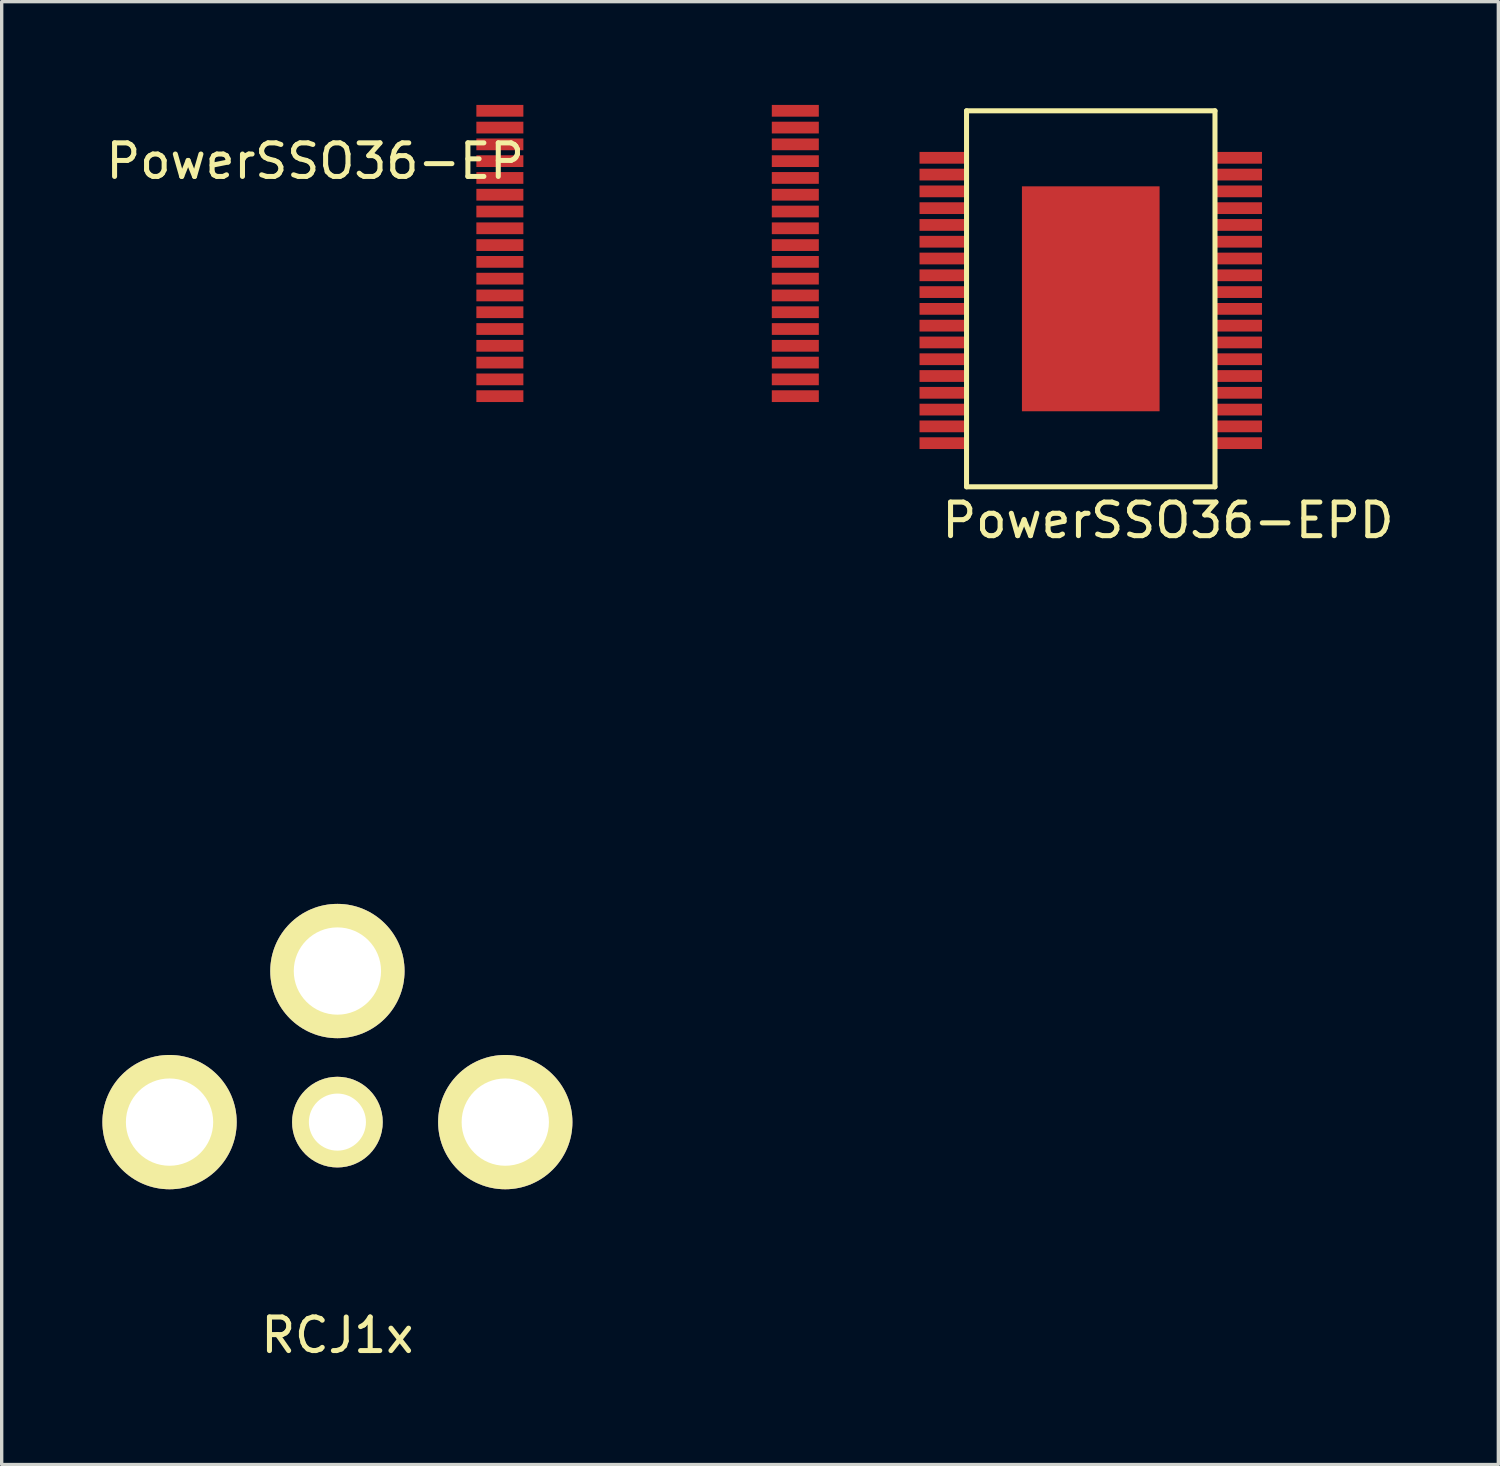
<source format=kicad_pcb>
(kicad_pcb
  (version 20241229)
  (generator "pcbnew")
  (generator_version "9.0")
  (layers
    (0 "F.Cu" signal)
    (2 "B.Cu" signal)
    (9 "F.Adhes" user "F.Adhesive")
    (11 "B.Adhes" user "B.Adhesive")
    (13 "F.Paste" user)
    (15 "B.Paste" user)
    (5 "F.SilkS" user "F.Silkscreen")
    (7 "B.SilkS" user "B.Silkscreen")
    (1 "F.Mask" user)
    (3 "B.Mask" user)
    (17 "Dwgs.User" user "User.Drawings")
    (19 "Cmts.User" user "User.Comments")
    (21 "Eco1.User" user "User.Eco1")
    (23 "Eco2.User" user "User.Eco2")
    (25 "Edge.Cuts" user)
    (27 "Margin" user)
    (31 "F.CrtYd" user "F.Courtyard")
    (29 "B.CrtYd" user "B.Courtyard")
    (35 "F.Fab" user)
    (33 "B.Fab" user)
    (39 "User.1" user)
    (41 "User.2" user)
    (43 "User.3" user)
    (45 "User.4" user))
  (footprint "PowerSSO36-EP"
    (layer "F.Cu")
    (at 11.839 0.25)
    (property "Reference" "PowerSSO36-EP" (at -5.5 1.5 0) (layer "F.SilkS") (effects (font (size 1 1) (thickness 0.15))))
    (attr through_hole)
    (pad "1" smd rect (at 0 0) (size 1.4 0.35) (layers "F.Cu" "F.Mask" "F.Paste"))
    (pad "2" smd rect (at 0 0.5) (size 1.4 0.35) (layers "F.Cu" "F.Mask" "F.Paste"))
    (pad "3" smd rect (at 0 1) (size 1.4 0.35) (layers "F.Cu" "F.Mask" "F.Paste"))
    (pad "4" smd rect (at 0 1.5) (size 1.4 0.35) (layers "F.Cu" "F.Mask" "F.Paste"))
    (pad "5" smd rect (at 0 2) (size 1.4 0.35) (layers "F.Cu" "F.Mask" "F.Paste"))
    (pad "6" smd rect (at 0 2.5) (size 1.4 0.35) (layers "F.Cu" "F.Mask" "F.Paste"))
    (pad "7" smd rect (at 0 3) (size 1.4 0.35) (layers "F.Cu" "F.Mask" "F.Paste"))
    (pad "8" smd rect (at 0 3.5) (size 1.4 0.35) (layers "F.Cu" "F.Mask" "F.Paste"))
    (pad "9" smd rect (at 0 4) (size 1.4 0.35) (layers "F.Cu" "F.Mask" "F.Paste"))
    (pad "10" smd rect (at 0 4.5) (size 1.4 0.35) (layers "F.Cu" "F.Mask" "F.Paste"))
    (pad "11" smd rect (at 0 5) (size 1.4 0.35) (layers "F.Cu" "F.Mask" "F.Paste"))
    (pad "12" smd rect (at 0 5.5) (size 1.4 0.35) (layers "F.Cu" "F.Mask" "F.Paste"))
    (pad "13" smd rect (at 0 6) (size 1.4 0.35) (layers "F.Cu" "F.Mask" "F.Paste"))
    (pad "14" smd rect (at 0 6.5) (size 1.4 0.35) (layers "F.Cu" "F.Mask" "F.Paste"))
    (pad "15" smd rect (at 0 7) (size 1.4 0.35) (layers "F.Cu" "F.Mask" "F.Paste"))
    (pad "16" smd rect (at 0 7.5) (size 1.4 0.35) (layers "F.Cu" "F.Mask" "F.Paste"))
    (pad "17" smd rect (at 0 8) (size 1.4 0.35) (layers "F.Cu" "F.Mask" "F.Paste"))
    (pad "18" smd rect (at 0 8.5) (size 1.4 0.35) (layers "F.Cu" "F.Mask" "F.Paste"))
    (pad "19" smd rect (at 8.8 8.5) (size 1.4 0.35) (layers "F.Cu" "F.Mask" "F.Paste"))
    (pad "20" smd rect (at 8.8 8) (size 1.4 0.35) (layers "F.Cu" "F.Mask" "F.Paste"))
    (pad "21" smd rect (at 8.8 7.5) (size 1.4 0.35) (layers "F.Cu" "F.Mask" "F.Paste"))
    (pad "22" smd rect (at 8.8 7) (size 1.4 0.35) (layers "F.Cu" "F.Mask" "F.Paste"))
    (pad "23" smd rect (at 8.8 6.5) (size 1.4 0.35) (layers "F.Cu" "F.Mask" "F.Paste"))
    (pad "24" smd rect (at 8.8 6) (size 1.4 0.35) (layers "F.Cu" "F.Mask" "F.Paste"))
    (pad "25" smd rect (at 8.8 5.5) (size 1.4 0.35) (layers "F.Cu" "F.Mask" "F.Paste"))
    (pad "26" smd rect (at 8.8 5) (size 1.4 0.35) (layers "F.Cu" "F.Mask" "F.Paste"))
    (pad "27" smd rect (at 8.8 4.5) (size 1.4 0.35) (layers "F.Cu" "F.Mask" "F.Paste"))
    (pad "28" smd rect (at 8.8 4) (size 1.4 0.35) (layers "F.Cu" "F.Mask" "F.Paste"))
    (pad "29" smd rect (at 8.8 3.5) (size 1.4 0.35) (layers "F.Cu" "F.Mask" "F.Paste"))
    (pad "30" smd rect (at 8.8 3) (size 1.4 0.35) (layers "F.Cu" "F.Mask" "F.Paste"))
    (pad "31" smd rect (at 8.8 2.5) (size 1.4 0.35) (layers "F.Cu" "F.Mask" "F.Paste"))
    (pad "32" smd rect (at 8.8 2) (size 1.4 0.35) (layers "F.Cu" "F.Mask" "F.Paste"))
    (pad "33" smd rect (at 8.8 1.5) (size 1.4 0.35) (layers "F.Cu" "F.Mask" "F.Paste"))
    (pad "34" smd rect (at 8.8 1) (size 1.4 0.35) (layers "F.Cu" "F.Mask" "F.Paste"))
    (pad "35" smd rect (at 8.8 0.5) (size 1.4 0.35) (layers "F.Cu" "F.Mask" "F.Paste"))
    (pad "36" smd rect (at 8.8 0) (size 1.4 0.35) (layers "F.Cu" "F.Mask" "F.Paste")))
  (footprint "RCJ1x"
    (layer "F.Cu")
    (at 7 30.373)
    (property "Reference" "RCJ1x" (at 0 6.35 0) (layer "F.SilkS") (effects (font (size 1 1) (thickness 0.15))))
    (attr through_hole)
    (fp_line (start -5 -7) (end -5 -4) (stroke (width 0.15) (type solid)) (layer "Eco1.User"))
    (fp_line (start -3 -14) (end -3 -7) (stroke (width 0.15) (type solid)) (layer "Eco1.User"))
    (fp_line (start -3 -7) (end -5 -7) (stroke (width 0.15) (type solid)) (layer "Eco1.User"))
    (fp_line (start 3 -14) (end -3 -14) (stroke (width 0.15) (type solid)) (layer "Eco1.User"))
    (fp_line (start 3 -7) (end 3 -14) (stroke (width 0.15) (type solid)) (layer "Eco1.User"))
    (fp_line (start 5 -7) (end 3 -7) (stroke (width 0.15) (type solid)) (layer "Eco1.User"))
    (fp_line (start 5 -6) (end 5 -7) (stroke (width 0.15) (type solid)) (layer "Eco1.User"))
    (fp_line (start 5 -4) (end 5 -6) (stroke (width 0.15) (type solid)) (layer "Eco1.User"))
    (pad "1" thru_hole circle (at -5 0) (size 4 4) (drill 2.6) (layers "*.Cu" "*.Mask" "F.SilkS"))
    (pad "1" thru_hole circle (at 0 -4.5) (size 4 4) (drill 2.6) (layers "*.Cu" "*.Mask" "F.SilkS"))
    (pad "1" thru_hole circle (at 5 0) (size 4 4) (drill 2.6) (layers "*.Cu" "*.Mask" "F.SilkS"))
    (pad "2" thru_hole circle (at 0 0) (size 2.7 2.7) (drill 1.7) (layers "*.Cu" "*.Mask" "F.SilkS")))
  (footprint "PowerSSO36-EPD"
    (layer "F.Cu")
    (at 25.739 0.25)
    (property "Reference" "PowerSSO36-EPD" (at 6 12.2 0) (layer "F.SilkS") (effects (font (size 1 1) (thickness 0.15))))
    (attr through_hole)
    (fp_line (start 0 0) (end 0 10.1) (stroke (width 0.15) (type solid)) (layer "F.SilkS"))
    (fp_line (start 0 10.1) (end 0 11.2) (stroke (width 0.15) (type solid)) (layer "F.SilkS"))
    (fp_line (start 0 11.2) (end 7.4 11.2) (stroke (width 0.15) (type solid)) (layer "F.SilkS"))
    (fp_line (start 7.4 0) (end 0 0) (stroke (width 0.15) (type solid)) (layer "F.SilkS"))
    (fp_line (start 7.4 11.2) (end 7.4 0) (stroke (width 0.15) (type solid)) (layer "F.SilkS"))
    (pad "1" smd rect (at -0.7 1.4) (size 1.4 0.35) (layers "F.Cu" "F.Mask" "F.Paste"))
    (pad "2" smd rect (at -0.7 1.9) (size 1.4 0.35) (layers "F.Cu" "F.Mask" "F.Paste"))
    (pad "3" smd rect (at -0.7 2.4) (size 1.4 0.35) (layers "F.Cu" "F.Mask" "F.Paste"))
    (pad "4" smd rect (at -0.7 2.9) (size 1.4 0.35) (layers "F.Cu" "F.Mask" "F.Paste"))
    (pad "5" smd rect (at -0.7 3.4) (size 1.4 0.35) (layers "F.Cu" "F.Mask" "F.Paste"))
    (pad "6" smd rect (at -0.7 3.9) (size 1.4 0.35) (layers "F.Cu" "F.Mask" "F.Paste"))
    (pad "7" smd rect (at -0.7 4.4) (size 1.4 0.35) (layers "F.Cu" "F.Mask" "F.Paste"))
    (pad "8" smd rect (at -0.7 4.9) (size 1.4 0.35) (layers "F.Cu" "F.Mask" "F.Paste"))
    (pad "9" smd rect (at -0.7 5.4) (size 1.4 0.35) (layers "F.Cu" "F.Mask" "F.Paste"))
    (pad "10" smd rect (at -0.7 5.9) (size 1.4 0.35) (layers "F.Cu" "F.Mask" "F.Paste"))
    (pad "11" smd rect (at -0.7 6.4) (size 1.4 0.35) (layers "F.Cu" "F.Mask" "F.Paste"))
    (pad "12" smd rect (at -0.7 6.9) (size 1.4 0.35) (layers "F.Cu" "F.Mask" "F.Paste"))
    (pad "13" smd rect (at -0.7 7.4) (size 1.4 0.35) (layers "F.Cu" "F.Mask" "F.Paste"))
    (pad "14" smd rect (at -0.7 7.9) (size 1.4 0.35) (layers "F.Cu" "F.Mask" "F.Paste"))
    (pad "15" smd rect (at -0.7 8.4) (size 1.4 0.35) (layers "F.Cu" "F.Mask" "F.Paste"))
    (pad "16" smd rect (at -0.7 8.9) (size 1.4 0.35) (layers "F.Cu" "F.Mask" "F.Paste"))
    (pad "17" smd rect (at -0.7 9.4) (size 1.4 0.35) (layers "F.Cu" "F.Mask" "F.Paste"))
    (pad "18" smd rect (at -0.7 9.9) (size 1.4 0.35) (layers "F.Cu" "F.Mask" "F.Paste"))
    (pad "19" smd rect (at 8.1 9.9) (size 1.4 0.35) (layers "F.Cu" "F.Mask" "F.Paste"))
    (pad "20" smd rect (at 8.1 9.4) (size 1.4 0.35) (layers "F.Cu" "F.Mask" "F.Paste"))
    (pad "21" smd rect (at 8.1 8.9) (size 1.4 0.35) (layers "F.Cu" "F.Mask" "F.Paste"))
    (pad "22" smd rect (at 8.1 8.4) (size 1.4 0.35) (layers "F.Cu" "F.Mask" "F.Paste"))
    (pad "23" smd rect (at 8.1 7.9) (size 1.4 0.35) (layers "F.Cu" "F.Mask" "F.Paste"))
    (pad "24" smd rect (at 8.1 7.4) (size 1.4 0.35) (layers "F.Cu" "F.Mask" "F.Paste"))
    (pad "25" smd rect (at 8.1 6.9) (size 1.4 0.35) (layers "F.Cu" "F.Mask" "F.Paste"))
    (pad "26" smd rect (at 8.1 6.4) (size 1.4 0.35) (layers "F.Cu" "F.Mask" "F.Paste"))
    (pad "27" smd rect (at 8.1 5.9) (size 1.4 0.35) (layers "F.Cu" "F.Mask" "F.Paste"))
    (pad "28" smd rect (at 8.1 5.4) (size 1.4 0.35) (layers "F.Cu" "F.Mask" "F.Paste"))
    (pad "29" smd rect (at 8.1 4.9) (size 1.4 0.35) (layers "F.Cu" "F.Mask" "F.Paste"))
    (pad "30" smd rect (at 8.1 4.4) (size 1.4 0.35) (layers "F.Cu" "F.Mask" "F.Paste"))
    (pad "31" smd rect (at 8.1 3.9) (size 1.4 0.35) (layers "F.Cu" "F.Mask" "F.Paste"))
    (pad "32" smd rect (at 8.1 3.4) (size 1.4 0.35) (layers "F.Cu" "F.Mask" "F.Paste"))
    (pad "33" smd rect (at 8.1 2.9) (size 1.4 0.35) (layers "F.Cu" "F.Mask" "F.Paste"))
    (pad "34" smd rect (at 8.1 2.4) (size 1.4 0.35) (layers "F.Cu" "F.Mask" "F.Paste"))
    (pad "35" smd rect (at 8.1 1.9) (size 1.4 0.35) (layers "F.Cu" "F.Mask" "F.Paste"))
    (pad "36" smd rect (at 8.1 1.4) (size 1.4 0.35) (layers "F.Cu" "F.Mask" "F.Paste"))
    (pad "37" smd rect (at 3.7 5.6) (size 4.1 6.7) (layers "F.Cu" "F.Mask" "F.Paste")))
  (gr_rect
    (start -3 -3)
    (end 41.579 40.572)
    (stroke (width 0.1) (type default))
    (fill no)
    (layer "Edge.Cuts")))
</source>
